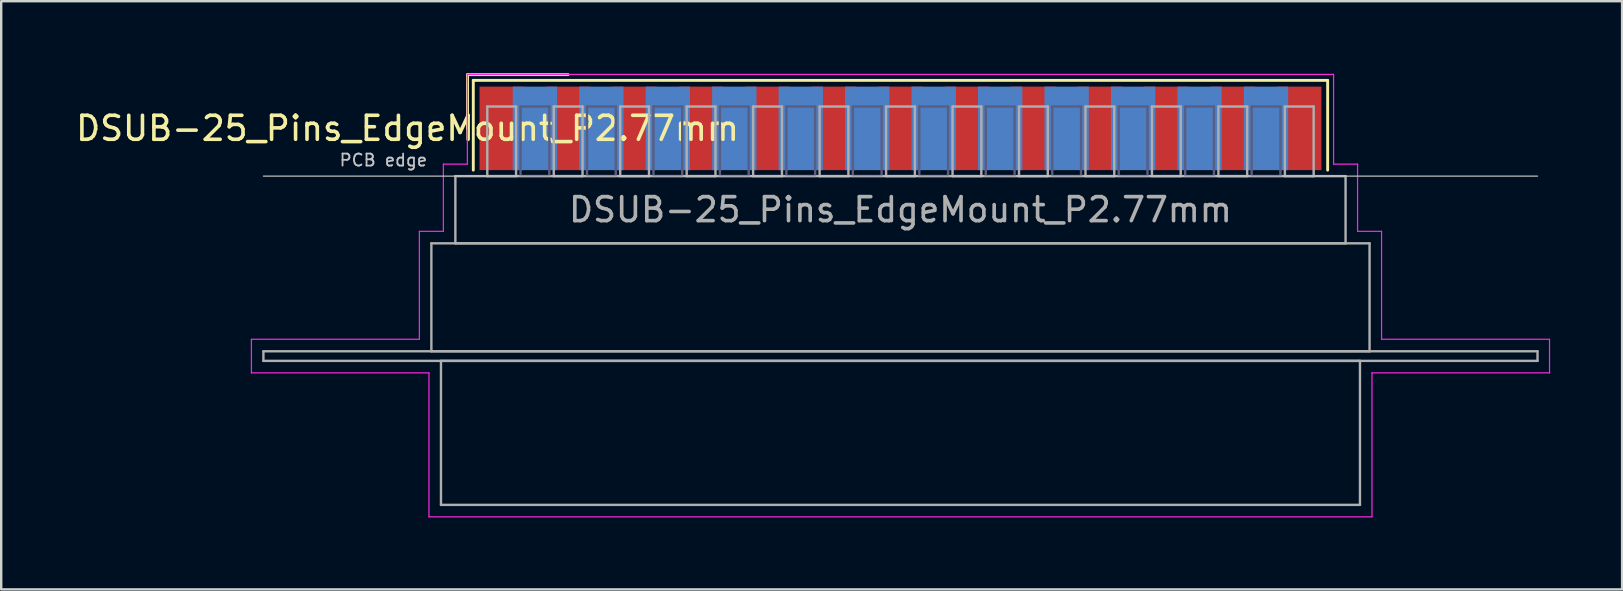
<source format=kicad_pcb>
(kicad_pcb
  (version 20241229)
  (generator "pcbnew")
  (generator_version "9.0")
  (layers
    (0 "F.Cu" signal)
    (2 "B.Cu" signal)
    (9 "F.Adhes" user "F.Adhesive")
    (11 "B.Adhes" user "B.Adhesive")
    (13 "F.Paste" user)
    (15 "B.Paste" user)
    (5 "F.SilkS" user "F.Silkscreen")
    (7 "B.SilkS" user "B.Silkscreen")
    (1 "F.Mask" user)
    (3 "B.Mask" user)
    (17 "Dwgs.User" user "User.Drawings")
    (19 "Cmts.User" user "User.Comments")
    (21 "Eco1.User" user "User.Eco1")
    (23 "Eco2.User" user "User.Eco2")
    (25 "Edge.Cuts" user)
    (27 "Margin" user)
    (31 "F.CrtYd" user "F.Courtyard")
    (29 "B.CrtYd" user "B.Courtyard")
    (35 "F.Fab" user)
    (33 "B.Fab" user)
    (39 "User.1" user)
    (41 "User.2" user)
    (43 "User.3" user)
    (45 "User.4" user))
  (footprint "DSUB-25_Pins_EdgeMount_P2.77mm"
    (layer "F.Cu")
    (at 34.478 2.3)
    (property "Reference" "DSUB-25_Pins_EdgeMount_P2.77mm" (at -20.543 0 0) (layer "F.SilkS") (effects (font (size 1 1) (thickness 0.15))))
    (attr smd)
    (fp_line (start -18.043 -2.24) (end -13.85 -2.24) (stroke (width 0.12) (type solid)) (layer "F.SilkS"))
    (fp_line (start -18.043 0) (end -18.043 -2.24) (stroke (width 0.12) (type solid)) (layer "F.SilkS"))
    (fp_line (start -17.803 -2) (end -17.803 1.74) (stroke (width 0.12) (type solid)) (layer "F.SilkS"))
    (fp_line (start 17.803 -2) (end -17.803 -2) (stroke (width 0.12) (type solid)) (layer "F.SilkS"))
    (fp_line (start 17.803 1.74) (end 17.803 -2) (stroke (width 0.12) (type solid)) (layer "F.SilkS"))
    (fp_line (start -26.55 1.99) (end 26.55 1.99) (stroke (width 0.05) (type solid)) (layer "Dwgs.User"))
    (fp_line (start -27.05 8.79) (end -20.05 8.79) (stroke (width 0.05) (type solid)) (layer "F.CrtYd"))
    (fp_line (start -27.05 10.19) (end -27.05 8.79) (stroke (width 0.05) (type solid)) (layer "F.CrtYd"))
    (fp_line (start -20.05 4.29) (end -19.05 4.29) (stroke (width 0.05) (type solid)) (layer "F.CrtYd"))
    (fp_line (start -20.05 8.79) (end -20.05 4.29) (stroke (width 0.05) (type solid)) (layer "F.CrtYd"))
    (fp_line (start -19.65 10.19) (end -27.05 10.19) (stroke (width 0.05) (type solid)) (layer "F.CrtYd"))
    (fp_line (start -19.65 16.19) (end -19.65 10.19) (stroke (width 0.05) (type solid)) (layer "F.CrtYd"))
    (fp_line (start -19.05 1.49) (end -18.05 1.49) (stroke (width 0.05) (type solid)) (layer "F.CrtYd"))
    (fp_line (start -19.05 4.29) (end -19.05 1.49) (stroke (width 0.05) (type solid)) (layer "F.CrtYd"))
    (fp_line (start -18.05 -2.25) (end 18.05 -2.25) (stroke (width 0.05) (type solid)) (layer "F.CrtYd"))
    (fp_line (start -18.05 1.49) (end -18.05 -2.25) (stroke (width 0.05) (type solid)) (layer "F.CrtYd"))
    (fp_line (start 18.05 -2.25) (end 18.05 1.49) (stroke (width 0.05) (type solid)) (layer "F.CrtYd"))
    (fp_line (start 18.05 1.49) (end 19.05 1.49) (stroke (width 0.05) (type solid)) (layer "F.CrtYd"))
    (fp_line (start 19.05 1.49) (end 19.05 4.29) (stroke (width 0.05) (type solid)) (layer "F.CrtYd"))
    (fp_line (start 19.05 4.29) (end 20.05 4.29) (stroke (width 0.05) (type solid)) (layer "F.CrtYd"))
    (fp_line (start 19.65 10.19) (end 19.65 16.19) (stroke (width 0.05) (type solid)) (layer "F.CrtYd"))
    (fp_line (start 19.65 16.19) (end -19.65 16.19) (stroke (width 0.05) (type solid)) (layer "F.CrtYd"))
    (fp_line (start 20.05 4.29) (end 20.05 8.79) (stroke (width 0.05) (type solid)) (layer "F.CrtYd"))
    (fp_line (start 20.05 8.79) (end 27.05 8.79) (stroke (width 0.05) (type solid)) (layer "F.CrtYd"))
    (fp_line (start 27.05 8.79) (end 27.05 10.19) (stroke (width 0.05) (type solid)) (layer "F.CrtYd"))
    (fp_line (start 27.05 10.19) (end 19.65 10.19) (stroke (width 0.05) (type solid)) (layer "F.CrtYd"))
    (fp_line (start -15.835 -0.91) (end -15.835 1.99) (stroke (width 0.1) (type solid)) (layer "B.Fab"))
    (fp_line (start -15.835 1.99) (end -14.635 1.99) (stroke (width 0.1) (type solid)) (layer "B.Fab"))
    (fp_line (start -14.635 -0.91) (end -15.835 -0.91) (stroke (width 0.1) (type solid)) (layer "B.Fab"))
    (fp_line (start -14.635 1.99) (end -14.635 -0.91) (stroke (width 0.1) (type solid)) (layer "B.Fab"))
    (fp_line (start -13.065 -0.91) (end -13.065 1.99) (stroke (width 0.1) (type solid)) (layer "B.Fab"))
    (fp_line (start -13.065 1.99) (end -11.865 1.99) (stroke (width 0.1) (type solid)) (layer "B.Fab"))
    (fp_line (start -11.865 -0.91) (end -13.065 -0.91) (stroke (width 0.1) (type solid)) (layer "B.Fab"))
    (fp_line (start -11.865 1.99) (end -11.865 -0.91) (stroke (width 0.1) (type solid)) (layer "B.Fab"))
    (fp_line (start -10.295 -0.91) (end -10.295 1.99) (stroke (width 0.1) (type solid)) (layer "B.Fab"))
    (fp_line (start -10.295 1.99) (end -9.095 1.99) (stroke (width 0.1) (type solid)) (layer "B.Fab"))
    (fp_line (start -9.095 -0.91) (end -10.295 -0.91) (stroke (width 0.1) (type solid)) (layer "B.Fab"))
    (fp_line (start -9.095 1.99) (end -9.095 -0.91) (stroke (width 0.1) (type solid)) (layer "B.Fab"))
    (fp_line (start -7.525 -0.91) (end -7.525 1.99) (stroke (width 0.1) (type solid)) (layer "B.Fab"))
    (fp_line (start -7.525 1.99) (end -6.325 1.99) (stroke (width 0.1) (type solid)) (layer "B.Fab"))
    (fp_line (start -6.325 -0.91) (end -7.525 -0.91) (stroke (width 0.1) (type solid)) (layer "B.Fab"))
    (fp_line (start -6.325 1.99) (end -6.325 -0.91) (stroke (width 0.1) (type solid)) (layer "B.Fab"))
    (fp_line (start -4.755 -0.91) (end -4.755 1.99) (stroke (width 0.1) (type solid)) (layer "B.Fab"))
    (fp_line (start -4.755 1.99) (end -3.555 1.99) (stroke (width 0.1) (type solid)) (layer "B.Fab"))
    (fp_line (start -3.555 -0.91) (end -4.755 -0.91) (stroke (width 0.1) (type solid)) (layer "B.Fab"))
    (fp_line (start -3.555 1.99) (end -3.555 -0.91) (stroke (width 0.1) (type solid)) (layer "B.Fab"))
    (fp_line (start -1.985 -0.91) (end -1.985 1.99) (stroke (width 0.1) (type solid)) (layer "B.Fab"))
    (fp_line (start -1.985 1.99) (end -0.785 1.99) (stroke (width 0.1) (type solid)) (layer "B.Fab"))
    (fp_line (start -0.785 -0.91) (end -1.985 -0.91) (stroke (width 0.1) (type solid)) (layer "B.Fab"))
    (fp_line (start -0.785 1.99) (end -0.785 -0.91) (stroke (width 0.1) (type solid)) (layer "B.Fab"))
    (fp_line (start 0.785 -0.91) (end 0.785 1.99) (stroke (width 0.1) (type solid)) (layer "B.Fab"))
    (fp_line (start 0.785 1.99) (end 1.985 1.99) (stroke (width 0.1) (type solid)) (layer "B.Fab"))
    (fp_line (start 1.985 -0.91) (end 0.785 -0.91) (stroke (width 0.1) (type solid)) (layer "B.Fab"))
    (fp_line (start 1.985 1.99) (end 1.985 -0.91) (stroke (width 0.1) (type solid)) (layer "B.Fab"))
    (fp_line (start 3.555 -0.91) (end 3.555 1.99) (stroke (width 0.1) (type solid)) (layer "B.Fab"))
    (fp_line (start 3.555 1.99) (end 4.755 1.99) (stroke (width 0.1) (type solid)) (layer "B.Fab"))
    (fp_line (start 4.755 -0.91) (end 3.555 -0.91) (stroke (width 0.1) (type solid)) (layer "B.Fab"))
    (fp_line (start 4.755 1.99) (end 4.755 -0.91) (stroke (width 0.1) (type solid)) (layer "B.Fab"))
    (fp_line (start 6.325 -0.91) (end 6.325 1.99) (stroke (width 0.1) (type solid)) (layer "B.Fab"))
    (fp_line (start 6.325 1.99) (end 7.525 1.99) (stroke (width 0.1) (type solid)) (layer "B.Fab"))
    (fp_line (start 7.525 -0.91) (end 6.325 -0.91) (stroke (width 0.1) (type solid)) (layer "B.Fab"))
    (fp_line (start 7.525 1.99) (end 7.525 -0.91) (stroke (width 0.1) (type solid)) (layer "B.Fab"))
    (fp_line (start 9.095 -0.91) (end 9.095 1.99) (stroke (width 0.1) (type solid)) (layer "B.Fab"))
    (fp_line (start 9.095 1.99) (end 10.295 1.99) (stroke (width 0.1) (type solid)) (layer "B.Fab"))
    (fp_line (start 10.295 -0.91) (end 9.095 -0.91) (stroke (width 0.1) (type solid)) (layer "B.Fab"))
    (fp_line (start 10.295 1.99) (end 10.295 -0.91) (stroke (width 0.1) (type solid)) (layer "B.Fab"))
    (fp_line (start 11.865 -0.91) (end 11.865 1.99) (stroke (width 0.1) (type solid)) (layer "B.Fab"))
    (fp_line (start 11.865 1.99) (end 13.065 1.99) (stroke (width 0.1) (type solid)) (layer "B.Fab"))
    (fp_line (start 13.065 -0.91) (end 11.865 -0.91) (stroke (width 0.1) (type solid)) (layer "B.Fab"))
    (fp_line (start 13.065 1.99) (end 13.065 -0.91) (stroke (width 0.1) (type solid)) (layer "B.Fab"))
    (fp_line (start 14.635 -0.91) (end 14.635 1.99) (stroke (width 0.1) (type solid)) (layer "B.Fab"))
    (fp_line (start 14.635 1.99) (end 15.835 1.99) (stroke (width 0.1) (type solid)) (layer "B.Fab"))
    (fp_line (start 15.835 -0.91) (end 14.635 -0.91) (stroke (width 0.1) (type solid)) (layer "B.Fab"))
    (fp_line (start 15.835 1.99) (end 15.835 -0.91) (stroke (width 0.1) (type solid)) (layer "B.Fab"))
    (fp_line (start -26.55 9.29) (end -26.55 9.69) (stroke (width 0.1) (type solid)) (layer "F.Fab"))
    (fp_line (start -26.55 9.69) (end 26.55 9.69) (stroke (width 0.1) (type solid)) (layer "F.Fab"))
    (fp_line (start -19.55 4.79) (end -19.55 9.29) (stroke (width 0.1) (type solid)) (layer "F.Fab"))
    (fp_line (start -19.55 9.29) (end 19.55 9.29) (stroke (width 0.1) (type solid)) (layer "F.Fab"))
    (fp_line (start -19.15 9.69) (end -19.15 15.69) (stroke (width 0.1) (type solid)) (layer "F.Fab"))
    (fp_line (start -19.15 15.69) (end 19.15 15.69) (stroke (width 0.1) (type solid)) (layer "F.Fab"))
    (fp_line (start -18.55 1.99) (end -18.55 4.79) (stroke (width 0.1) (type solid)) (layer "F.Fab"))
    (fp_line (start -18.55 4.79) (end 18.55 4.79) (stroke (width 0.1) (type solid)) (layer "F.Fab"))
    (fp_line (start -17.22 -0.91) (end -17.22 1.99) (stroke (width 0.1) (type solid)) (layer "F.Fab"))
    (fp_line (start -17.22 1.99) (end -16.02 1.99) (stroke (width 0.1) (type solid)) (layer "F.Fab"))
    (fp_line (start -16.02 -0.91) (end -17.22 -0.91) (stroke (width 0.1) (type solid)) (layer "F.Fab"))
    (fp_line (start -16.02 1.99) (end -16.02 -0.91) (stroke (width 0.1) (type solid)) (layer "F.Fab"))
    (fp_line (start -14.45 -0.91) (end -14.45 1.99) (stroke (width 0.1) (type solid)) (layer "F.Fab"))
    (fp_line (start -14.45 1.99) (end -13.25 1.99) (stroke (width 0.1) (type solid)) (layer "F.Fab"))
    (fp_line (start -13.25 -0.91) (end -14.45 -0.91) (stroke (width 0.1) (type solid)) (layer "F.Fab"))
    (fp_line (start -13.25 1.99) (end -13.25 -0.91) (stroke (width 0.1) (type solid)) (layer "F.Fab"))
    (fp_line (start -11.68 -0.91) (end -11.68 1.99) (stroke (width 0.1) (type solid)) (layer "F.Fab"))
    (fp_line (start -11.68 1.99) (end -10.48 1.99) (stroke (width 0.1) (type solid)) (layer "F.Fab"))
    (fp_line (start -10.48 -0.91) (end -11.68 -0.91) (stroke (width 0.1) (type solid)) (layer "F.Fab"))
    (fp_line (start -10.48 1.99) (end -10.48 -0.91) (stroke (width 0.1) (type solid)) (layer "F.Fab"))
    (fp_line (start -8.91 -0.91) (end -8.91 1.99) (stroke (width 0.1) (type solid)) (layer "F.Fab"))
    (fp_line (start -8.91 1.99) (end -7.71 1.99) (stroke (width 0.1) (type solid)) (layer "F.Fab"))
    (fp_line (start -7.71 -0.91) (end -8.91 -0.91) (stroke (width 0.1) (type solid)) (layer "F.Fab"))
    (fp_line (start -7.71 1.99) (end -7.71 -0.91) (stroke (width 0.1) (type solid)) (layer "F.Fab"))
    (fp_line (start -6.14 -0.91) (end -6.14 1.99) (stroke (width 0.1) (type solid)) (layer "F.Fab"))
    (fp_line (start -6.14 1.99) (end -4.94 1.99) (stroke (width 0.1) (type solid)) (layer "F.Fab"))
    (fp_line (start -4.94 -0.91) (end -6.14 -0.91) (stroke (width 0.1) (type solid)) (layer "F.Fab"))
    (fp_line (start -4.94 1.99) (end -4.94 -0.91) (stroke (width 0.1) (type solid)) (layer "F.Fab"))
    (fp_line (start -3.37 -0.91) (end -3.37 1.99) (stroke (width 0.1) (type solid)) (layer "F.Fab"))
    (fp_line (start -3.37 1.99) (end -2.17 1.99) (stroke (width 0.1) (type solid)) (layer "F.Fab"))
    (fp_line (start -2.17 -0.91) (end -3.37 -0.91) (stroke (width 0.1) (type solid)) (layer "F.Fab"))
    (fp_line (start -2.17 1.99) (end -2.17 -0.91) (stroke (width 0.1) (type solid)) (layer "F.Fab"))
    (fp_line (start -0.6 -0.91) (end -0.6 1.99) (stroke (width 0.1) (type solid)) (layer "F.Fab"))
    (fp_line (start -0.6 1.99) (end 0.6 1.99) (stroke (width 0.1) (type solid)) (layer "F.Fab"))
    (fp_line (start 0.6 -0.91) (end -0.6 -0.91) (stroke (width 0.1) (type solid)) (layer "F.Fab"))
    (fp_line (start 0.6 1.99) (end 0.6 -0.91) (stroke (width 0.1) (type solid)) (layer "F.Fab"))
    (fp_line (start 2.17 -0.91) (end 2.17 1.99) (stroke (width 0.1) (type solid)) (layer "F.Fab"))
    (fp_line (start 2.17 1.99) (end 3.37 1.99) (stroke (width 0.1) (type solid)) (layer "F.Fab"))
    (fp_line (start 3.37 -0.91) (end 2.17 -0.91) (stroke (width 0.1) (type solid)) (layer "F.Fab"))
    (fp_line (start 3.37 1.99) (end 3.37 -0.91) (stroke (width 0.1) (type solid)) (layer "F.Fab"))
    (fp_line (start 4.94 -0.91) (end 4.94 1.99) (stroke (width 0.1) (type solid)) (layer "F.Fab"))
    (fp_line (start 4.94 1.99) (end 6.14 1.99) (stroke (width 0.1) (type solid)) (layer "F.Fab"))
    (fp_line (start 6.14 -0.91) (end 4.94 -0.91) (stroke (width 0.1) (type solid)) (layer "F.Fab"))
    (fp_line (start 6.14 1.99) (end 6.14 -0.91) (stroke (width 0.1) (type solid)) (layer "F.Fab"))
    (fp_line (start 7.71 -0.91) (end 7.71 1.99) (stroke (width 0.1) (type solid)) (layer "F.Fab"))
    (fp_line (start 7.71 1.99) (end 8.91 1.99) (stroke (width 0.1) (type solid)) (layer "F.Fab"))
    (fp_line (start 8.91 -0.91) (end 7.71 -0.91) (stroke (width 0.1) (type solid)) (layer "F.Fab"))
    (fp_line (start 8.91 1.99) (end 8.91 -0.91) (stroke (width 0.1) (type solid)) (layer "F.Fab"))
    (fp_line (start 10.48 -0.91) (end 10.48 1.99) (stroke (width 0.1) (type solid)) (layer "F.Fab"))
    (fp_line (start 10.48 1.99) (end 11.68 1.99) (stroke (width 0.1) (type solid)) (layer "F.Fab"))
    (fp_line (start 11.68 -0.91) (end 10.48 -0.91) (stroke (width 0.1) (type solid)) (layer "F.Fab"))
    (fp_line (start 11.68 1.99) (end 11.68 -0.91) (stroke (width 0.1) (type solid)) (layer "F.Fab"))
    (fp_line (start 13.25 -0.91) (end 13.25 1.99) (stroke (width 0.1) (type solid)) (layer "F.Fab"))
    (fp_line (start 13.25 1.99) (end 14.45 1.99) (stroke (width 0.1) (type solid)) (layer "F.Fab"))
    (fp_line (start 14.45 -0.91) (end 13.25 -0.91) (stroke (width 0.1) (type solid)) (layer "F.Fab"))
    (fp_line (start 14.45 1.99) (end 14.45 -0.91) (stroke (width 0.1) (type solid)) (layer "F.Fab"))
    (fp_line (start 16.02 -0.91) (end 16.02 1.99) (stroke (width 0.1) (type solid)) (layer "F.Fab"))
    (fp_line (start 16.02 1.99) (end 17.22 1.99) (stroke (width 0.1) (type solid)) (layer "F.Fab"))
    (fp_line (start 17.22 -0.91) (end 16.02 -0.91) (stroke (width 0.1) (type solid)) (layer "F.Fab"))
    (fp_line (start 17.22 1.99) (end 17.22 -0.91) (stroke (width 0.1) (type solid)) (layer "F.Fab"))
    (fp_line (start 18.55 1.99) (end -18.55 1.99) (stroke (width 0.1) (type solid)) (layer "F.Fab"))
    (fp_line (start 18.55 4.79) (end 18.55 1.99) (stroke (width 0.1) (type solid)) (layer "F.Fab"))
    (fp_line (start 19.15 9.69) (end -19.15 9.69) (stroke (width 0.1) (type solid)) (layer "F.Fab"))
    (fp_line (start 19.15 15.69) (end 19.15 9.69) (stroke (width 0.1) (type solid)) (layer "F.Fab"))
    (fp_line (start 19.55 4.79) (end -19.55 4.79) (stroke (width 0.1) (type solid)) (layer "F.Fab"))
    (fp_line (start 19.55 9.29) (end 19.55 4.79) (stroke (width 0.1) (type solid)) (layer "F.Fab"))
    (fp_line (start 26.55 9.29) (end -26.55 9.29) (stroke (width 0.1) (type solid)) (layer "F.Fab"))
    (fp_line (start 26.55 9.69) (end 26.55 9.29) (stroke (width 0.1) (type solid)) (layer "F.Fab"))
    (fp_text user "PCB edge" (at -21.55 1.323 0) (layer "Dwgs.User") (effects (font (size 0.5 0.5) (thickness 0.075))))
    (fp_text user "${REFERENCE}" (at 0 3.39 0) (layer "F.Fab") (effects (font (size 1 1) (thickness 0.15))))
    (pad "1" smd rect (at -16.62 0) (size 1.847 3.48) (layers "F.Cu" "F.Mask" "F.Paste"))
    (pad "2" smd rect (at -13.85 0) (size 1.847 3.48) (layers "F.Cu" "F.Mask" "F.Paste"))
    (pad "3" smd rect (at -11.08 0) (size 1.847 3.48) (layers "F.Cu" "F.Mask" "F.Paste"))
    (pad "4" smd rect (at -8.31 0) (size 1.847 3.48) (layers "F.Cu" "F.Mask" "F.Paste"))
    (pad "5" smd rect (at -5.54 0) (size 1.847 3.48) (layers "F.Cu" "F.Mask" "F.Paste"))
    (pad "6" smd rect (at -2.77 0) (size 1.847 3.48) (layers "F.Cu" "F.Mask" "F.Paste"))
    (pad "7" smd rect (at 0 0) (size 1.847 3.48) (layers "F.Cu" "F.Mask" "F.Paste"))
    (pad "8" smd rect (at 2.77 0) (size 1.847 3.48) (layers "F.Cu" "F.Mask" "F.Paste"))
    (pad "9" smd rect (at 5.54 0) (size 1.847 3.48) (layers "F.Cu" "F.Mask" "F.Paste"))
    (pad "10" smd rect (at 8.31 0) (size 1.847 3.48) (layers "F.Cu" "F.Mask" "F.Paste"))
    (pad "11" smd rect (at 11.08 0) (size 1.847 3.48) (layers "F.Cu" "F.Mask" "F.Paste"))
    (pad "12" smd rect (at 13.85 0) (size 1.847 3.48) (layers "F.Cu" "F.Mask" "F.Paste"))
    (pad "13" smd rect (at 16.62 0) (size 1.847 3.48) (layers "F.Cu" "F.Mask" "F.Paste"))
    (pad "14" smd rect (at -15.235 0) (size 1.847 3.48) (layers "B.Cu" "B.Mask" "B.Paste"))
    (pad "15" smd rect (at -12.465 0) (size 1.847 3.48) (layers "B.Cu" "B.Mask" "B.Paste"))
    (pad "16" smd rect (at -9.695 0) (size 1.847 3.48) (layers "B.Cu" "B.Mask" "B.Paste"))
    (pad "17" smd rect (at -6.925 0) (size 1.847 3.48) (layers "B.Cu" "B.Mask" "B.Paste"))
    (pad "18" smd rect (at -4.155 0) (size 1.847 3.48) (layers "B.Cu" "B.Mask" "B.Paste"))
    (pad "19" smd rect (at -1.385 0) (size 1.847 3.48) (layers "B.Cu" "B.Mask" "B.Paste"))
    (pad "20" smd rect (at 1.385 0) (size 1.847 3.48) (layers "B.Cu" "B.Mask" "B.Paste"))
    (pad "21" smd rect (at 4.155 0) (size 1.847 3.48) (layers "B.Cu" "B.Mask" "B.Paste"))
    (pad "22" smd rect (at 6.925 0) (size 1.847 3.48) (layers "B.Cu" "B.Mask" "B.Paste"))
    (pad "23" smd rect (at 9.695 0) (size 1.847 3.48) (layers "B.Cu" "B.Mask" "B.Paste"))
    (pad "24" smd rect (at 12.465 0) (size 1.847 3.48) (layers "B.Cu" "B.Mask" "B.Paste"))
    (pad "25" smd rect (at 15.235 0) (size 1.847 3.48) (layers "B.Cu" "B.Mask" "B.Paste")))
  (gr_rect
    (start -3 -3)
    (end 64.553 21.515)
    (stroke (width 0.1) (type default))
    (fill no)
    (layer "Edge.Cuts")))
</source>
